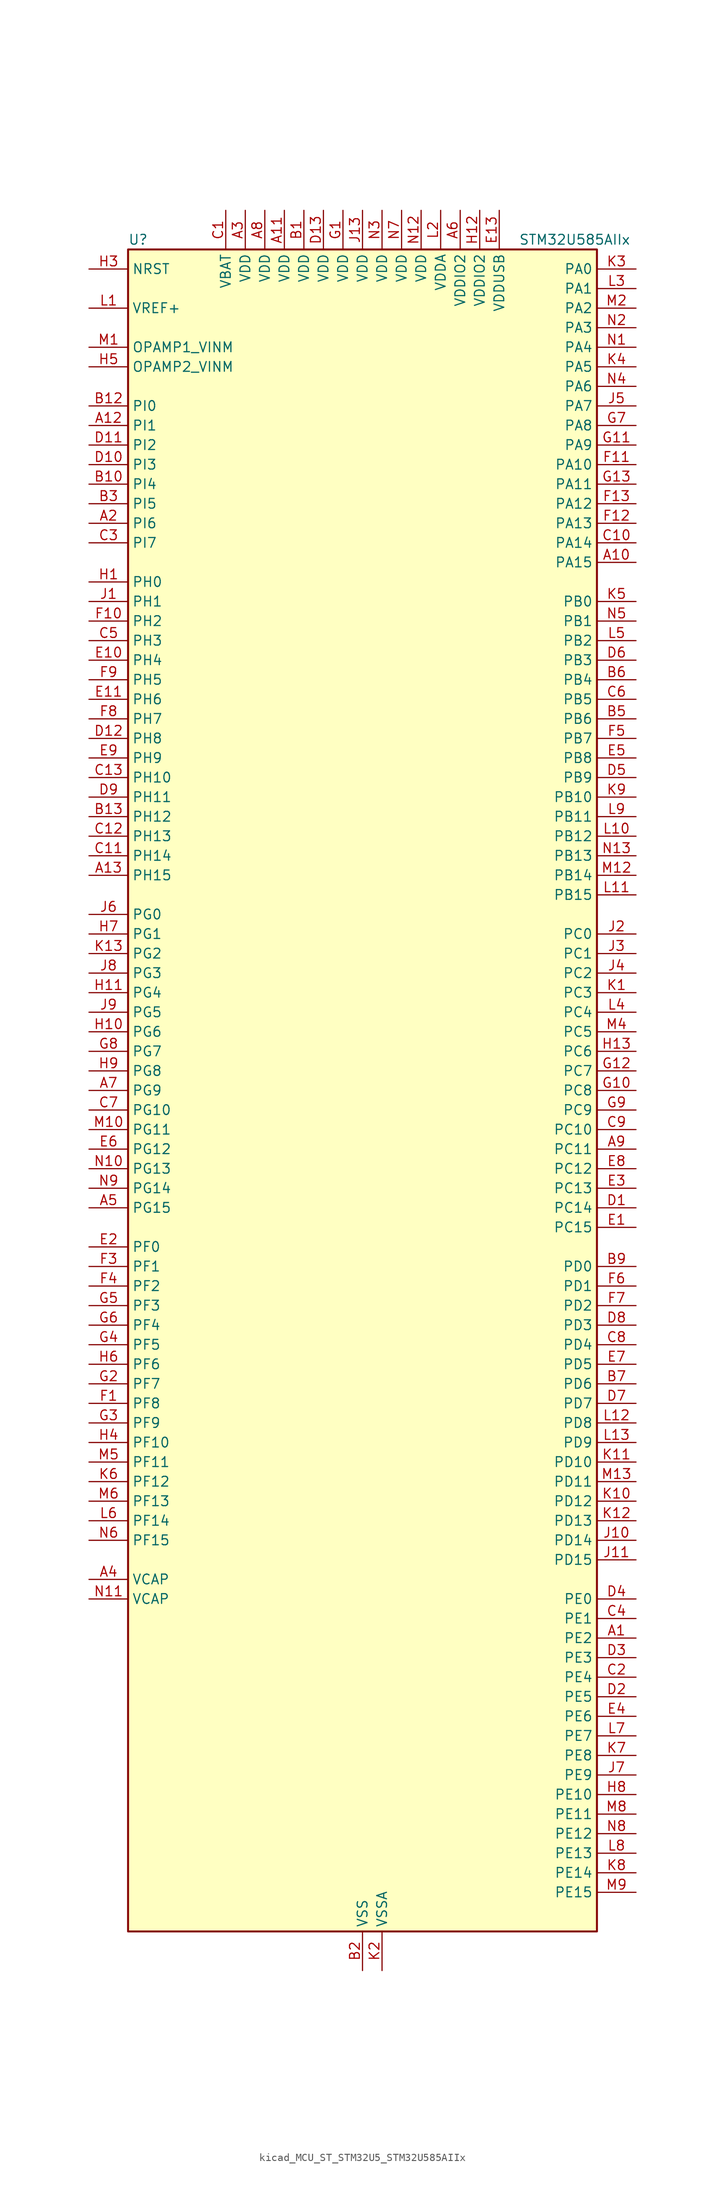
<source format=kicad_sym>
(kicad_symbol_lib
  (version 20220914)
  (generator kicad_symbol_editor)
  (symbol "kicad_MCU_ST_STM32U5_STM32U585AIIx"
    (property "Reference" "U"
      (at -30.48 110.49 0)
      (effects (font (size 1.27 1.27)) (justify left)))
    (property "Value" "STM32U585AIIx"
      (at 20.32 110.49 0)
      (effects (font (size 1.27 1.27)) (justify left)))
    (property "ki_locked" ""
      (at 0 0 0)
      (effects (font (size 1.27 1.27))))
    (symbol "kicad_MCU_ST_STM32U5_STM32U585AIIx_0_1"
      (rectangle (start -30.48 -109.22) (end 30.48 109.22) (stroke (width 0.254) (type default)) (fill (type background))))
    (symbol "kicad_MCU_ST_STM32U5_STM32U585AIIx_1_1"
      (pin bidirectional line (at 35.56 -71.12 180) (length 5.08) (name "PE2" (effects (font (size 1.27 1.27)))) (number "A1" (effects (font (size 1.27 1.27)))) (alternate "DEBUG_TRACECLK" bidirectional line) (alternate "FMC_A23" bidirectional line) (alternate "SAI1_CK1" bidirectional line) (alternate "SAI1_MCLK_A" bidirectional line) (alternate "TIM3_ETR" bidirectional line) (alternate "TSC_G7_IO1" bidirectional line))
      (pin bidirectional line (at 35.56 68.58 180) (length 5.08) (name "PA15" (effects (font (size 1.27 1.27)))) (number "A10" (effects (font (size 1.27 1.27)))) (alternate "ADC1_EXTI15" bidirectional line) (alternate "ADC4_EXTI15" bidirectional line) (alternate "DEBUG_JTDI" bidirectional line) (alternate "SAI2_FS_B" bidirectional line) (alternate "SPI1_NSS" bidirectional line) (alternate "SPI3_NSS" bidirectional line) (alternate "TIM2_CH1" bidirectional line) (alternate "TIM2_ETR" bidirectional line) (alternate "UART4_DE" bidirectional line) (alternate "UART4_RTS" bidirectional line) (alternate "UCPD1_CC1" bidirectional line) (alternate "USART2_RX" bidirectional line) (alternate "USART3_DE" bidirectional line) (alternate "USART3_RTS" bidirectional line))
      (pin power_in line (at -10.16 114.3 270) (length 5.08) (name "VDD" (effects (font (size 1.27 1.27)))) (number "A11" (effects (font (size 1.27 1.27)))))
      (pin bidirectional line (at -35.56 86.36 0) (length 5.08) (name "PI1" (effects (font (size 1.27 1.27)))) (number "A12" (effects (font (size 1.27 1.27)))) (alternate "DCMI_D8" bidirectional line) (alternate "OCTOSPIM_P2_IO2" bidirectional line) (alternate "PSSI_D8" bidirectional line) (alternate "SPI2_SCK" bidirectional line))
      (pin bidirectional line (at -35.56 27.94 0) (length 5.08) (name "PH15" (effects (font (size 1.27 1.27)))) (number "A13" (effects (font (size 1.27 1.27)))) (alternate "ADC1_EXTI15" bidirectional line) (alternate "ADC4_EXTI15" bidirectional line) (alternate "DCMI_D11" bidirectional line) (alternate "OCTOSPIM_P2_IO6" bidirectional line) (alternate "PSSI_D11" bidirectional line) (alternate "TIM8_CH3N" bidirectional line))
      (pin bidirectional line (at -35.56 73.66 0) (length 5.08) (name "PI6" (effects (font (size 1.27 1.27)))) (number "A2" (effects (font (size 1.27 1.27)))) (alternate "DCMI_D6" bidirectional line) (alternate "OCTOSPIM_P2_CLK" bidirectional line) (alternate "PSSI_D6" bidirectional line) (alternate "TIM8_CH2" bidirectional line))
      (pin power_in line (at -15.24 114.3 270) (length 5.08) (name "VDD" (effects (font (size 1.27 1.27)))) (number "A3" (effects (font (size 1.27 1.27)))))
      (pin power_out line (at -35.56 -63.5 0) (length 5.08) (name "VCAP" (effects (font (size 1.27 1.27)))) (number "A4" (effects (font (size 1.27 1.27)))))
      (pin bidirectional line (at -35.56 -15.24 0) (length 5.08) (name "PG15" (effects (font (size 1.27 1.27)))) (number "A5" (effects (font (size 1.27 1.27)))) (alternate "ADC1_EXTI15" bidirectional line) (alternate "ADC4_EXTI15" bidirectional line) (alternate "DCMI_D13" bidirectional line) (alternate "I2C1_SMBA" bidirectional line) (alternate "LPTIM1_CH1" bidirectional line) (alternate "OCTOSPIM_P2_DQS" bidirectional line) (alternate "PSSI_D13" bidirectional line))
      (pin power_in line (at 12.7 114.3 270) (length 5.08) (name "VDDIO2" (effects (font (size 1.27 1.27)))) (number "A6" (effects (font (size 1.27 1.27)))))
      (pin bidirectional line (at -35.56 0 0) (length 5.08) (name "PG9" (effects (font (size 1.27 1.27)))) (number "A7" (effects (font (size 1.27 1.27)))) (alternate "DAC1_EXTI9" bidirectional line) (alternate "FMC_NCE" bidirectional line) (alternate "FMC_NE2" bidirectional line) (alternate "OCTOSPIM_P2_IO6" bidirectional line) (alternate "SAI2_SCK_A" bidirectional line) (alternate "SPI3_SCK" bidirectional line) (alternate "TIM15_CH1N" bidirectional line) (alternate "USART1_TX" bidirectional line))
      (pin power_in line (at -12.7 114.3 270) (length 5.08) (name "VDD" (effects (font (size 1.27 1.27)))) (number "A8" (effects (font (size 1.27 1.27)))))
      (pin bidirectional line (at 35.56 -7.62 180) (length 5.08) (name "PC11" (effects (font (size 1.27 1.27)))) (number "A9" (effects (font (size 1.27 1.27)))) (alternate "ADC1_EXTI11" bidirectional line) (alternate "ADF1_SDI0" bidirectional line) (alternate "DCMI_D2" bidirectional line) (alternate "DCMI_D4" bidirectional line) (alternate "LPTIM3_IN1" bidirectional line) (alternate "OCTOSPIM_P1_NCS" bidirectional line) (alternate "PSSI_D2" bidirectional line) (alternate "PSSI_D4" bidirectional line) (alternate "SAI2_MCLK_B" bidirectional line) (alternate "SDMMC1_D3" bidirectional line) (alternate "SPI3_MISO" bidirectional line) (alternate "TSC_G3_IO3" bidirectional line) (alternate "UART4_RX" bidirectional line) (alternate "UCPD1_FRSTX2" bidirectional line) (alternate "USART3_RX" bidirectional line))
      (pin power_in line (at -7.62 114.3 270) (length 5.08) (name "VDD" (effects (font (size 1.27 1.27)))) (number "B1" (effects (font (size 1.27 1.27)))))
      (pin bidirectional line (at -35.56 78.74 0) (length 5.08) (name "PI4" (effects (font (size 1.27 1.27)))) (number "B10" (effects (font (size 1.27 1.27)))) (alternate "DCMI_D5" bidirectional line) (alternate "PSSI_D5" bidirectional line) (alternate "SPI2_RDY" bidirectional line) (alternate "TIM8_BKIN" bidirectional line))
      (pin passive line (at 0 -114.3 90) (length 5.08) hide (name "VSS" (effects (font (size 1.27 1.27)))) (number "B11" (effects (font (size 1.27 1.27)))))
      (pin bidirectional line (at -35.56 88.9 0) (length 5.08) (name "PI0" (effects (font (size 1.27 1.27)))) (number "B12" (effects (font (size 1.27 1.27)))) (alternate "DCMI_D13" bidirectional line) (alternate "OCTOSPIM_P1_IO5" bidirectional line) (alternate "PSSI_D13" bidirectional line) (alternate "SPI2_NSS" bidirectional line) (alternate "TIM5_CH4" bidirectional line))
      (pin bidirectional line (at -35.56 35.56 0) (length 5.08) (name "PH12" (effects (font (size 1.27 1.27)))) (number "B13" (effects (font (size 1.27 1.27)))) (alternate "DCMI_D3" bidirectional line) (alternate "OCTOSPIM_P2_IO7" bidirectional line) (alternate "PSSI_D3" bidirectional line) (alternate "TIM5_CH3" bidirectional line) (alternate "TIM8_CH4N" bidirectional line))
      (pin power_in line (at 0 -114.3 90) (length 5.08) (name "VSS" (effects (font (size 1.27 1.27)))) (number "B2" (effects (font (size 1.27 1.27)))))
      (pin bidirectional line (at -35.56 76.2 0) (length 5.08) (name "PI5" (effects (font (size 1.27 1.27)))) (number "B3" (effects (font (size 1.27 1.27)))) (alternate "DCMI_VSYNC" bidirectional line) (alternate "OCTOSPIM_P2_NCS" bidirectional line) (alternate "PSSI_RDY" bidirectional line) (alternate "TIM8_CH1" bidirectional line))
      (pin passive line (at 0 -114.3 90) (length 5.08) hide (name "VSS" (effects (font (size 1.27 1.27)))) (number "B4" (effects (font (size 1.27 1.27)))))
      (pin bidirectional line (at 35.56 48.26 180) (length 5.08) (name "PB6" (effects (font (size 1.27 1.27)))) (number "B5" (effects (font (size 1.27 1.27)))) (alternate "COMP2_INP" bidirectional line) (alternate "DCMI_D5" bidirectional line) (alternate "I2C1_SCL" bidirectional line) (alternate "I2C4_SCL" bidirectional line) (alternate "LPTIM1_ETR" bidirectional line) (alternate "MDF1_SDI5" bidirectional line) (alternate "PSSI_D5" bidirectional line) (alternate "PWR_WKUP3" bidirectional line) (alternate "SAI1_FS_B" bidirectional line) (alternate "TIM16_CH1N" bidirectional line) (alternate "TIM4_CH1" bidirectional line) (alternate "TIM8_BKIN2" bidirectional line) (alternate "TSC_G2_IO3" bidirectional line) (alternate "USART1_TX" bidirectional line))
      (pin bidirectional line (at 35.56 53.34 180) (length 5.08) (name "PB4" (effects (font (size 1.27 1.27)))) (number "B6" (effects (font (size 1.27 1.27)))) (alternate "ADF1_SDI0" bidirectional line) (alternate "COMP2_INP" bidirectional line) (alternate "DCMI_D12" bidirectional line) (alternate "DEBUG_JTRST" bidirectional line) (alternate "I2C3_SDA" bidirectional line) (alternate "LPTIM1_CH2" bidirectional line) (alternate "PSSI_D12" bidirectional line) (alternate "SAI1_MCLK_B" bidirectional line) (alternate "SDMMC2_D3" bidirectional line) (alternate "SPI1_MISO" bidirectional line) (alternate "SPI3_MISO" bidirectional line) (alternate "TIM17_BKIN" bidirectional line) (alternate "TIM3_CH1" bidirectional line) (alternate "TSC_G2_IO1" bidirectional line) (alternate "UART5_DE" bidirectional line) (alternate "UART5_RTS" bidirectional line) (alternate "USART1_CTS" bidirectional line))
      (pin bidirectional line (at 35.56 -38.1 180) (length 5.08) (name "PD6" (effects (font (size 1.27 1.27)))) (number "B7" (effects (font (size 1.27 1.27)))) (alternate "DCMI_D10" bidirectional line) (alternate "FMC_NWAIT" bidirectional line) (alternate "MDF1_SDI1" bidirectional line) (alternate "OCTOSPIM_P1_IO6" bidirectional line) (alternate "PSSI_D10" bidirectional line) (alternate "SAI1_D1" bidirectional line) (alternate "SAI1_SD_A" bidirectional line) (alternate "SDMMC2_CK" bidirectional line) (alternate "SPI3_MOSI" bidirectional line) (alternate "USART2_RX" bidirectional line))
      (pin passive line (at 0 -114.3 90) (length 5.08) hide (name "VSS" (effects (font (size 1.27 1.27)))) (number "B8" (effects (font (size 1.27 1.27)))))
      (pin bidirectional line (at 35.56 -22.86 180) (length 5.08) (name "PD0" (effects (font (size 1.27 1.27)))) (number "B9" (effects (font (size 1.27 1.27)))) (alternate "FDCAN1_RX" bidirectional line) (alternate "FMC_D2" bidirectional line) (alternate "FMC_DA2" bidirectional line) (alternate "SPI2_NSS" bidirectional line) (alternate "TIM8_CH4N" bidirectional line))
      (pin power_in line (at -17.78 114.3 270) (length 5.08) (name "VBAT" (effects (font (size 1.27 1.27)))) (number "C1" (effects (font (size 1.27 1.27)))))
      (pin bidirectional line (at 35.56 71.12 180) (length 5.08) (name "PA14" (effects (font (size 1.27 1.27)))) (number "C10" (effects (font (size 1.27 1.27)))) (alternate "DEBUG_JTCK-SWCLK" bidirectional line) (alternate "I2C1_SMBA" bidirectional line) (alternate "I2C4_SMBA" bidirectional line) (alternate "LPTIM1_CH1" bidirectional line) (alternate "SAI1_FS_B" bidirectional line) (alternate "USB_OTG_FS_SOF" bidirectional line))
      (pin bidirectional line (at -35.56 30.48 0) (length 5.08) (name "PH14" (effects (font (size 1.27 1.27)))) (number "C11" (effects (font (size 1.27 1.27)))) (alternate "DCMI_D4" bidirectional line) (alternate "FDCAN1_RX" bidirectional line) (alternate "PSSI_D4" bidirectional line) (alternate "TIM8_CH2N" bidirectional line))
      (pin bidirectional line (at -35.56 33.02 0) (length 5.08) (name "PH13" (effects (font (size 1.27 1.27)))) (number "C12" (effects (font (size 1.27 1.27)))) (alternate "FDCAN1_TX" bidirectional line) (alternate "TIM8_CH1N" bidirectional line))
      (pin bidirectional line (at -35.56 40.64 0) (length 5.08) (name "PH10" (effects (font (size 1.27 1.27)))) (number "C13" (effects (font (size 1.27 1.27)))) (alternate "DCMI_D1" bidirectional line) (alternate "OCTOSPIM_P2_IO5" bidirectional line) (alternate "PSSI_D1" bidirectional line) (alternate "TIM5_CH1" bidirectional line))
      (pin bidirectional line (at 35.56 -76.2 180) (length 5.08) (name "PE4" (effects (font (size 1.27 1.27)))) (number "C2" (effects (font (size 1.27 1.27)))) (alternate "DCMI_D4" bidirectional line) (alternate "DEBUG_TRACED1" bidirectional line) (alternate "FMC_A20" bidirectional line) (alternate "MDF1_SDI3" bidirectional line) (alternate "PSSI_D4" bidirectional line) (alternate "PWR_WKUP1" bidirectional line) (alternate "SAI1_D2" bidirectional line) (alternate "SAI1_FS_A" bidirectional line) (alternate "TAMP_IN7" bidirectional line) (alternate "TAMP_OUT8" bidirectional line) (alternate "TIM3_CH2" bidirectional line) (alternate "TSC_G7_IO3" bidirectional line))
      (pin bidirectional line (at -35.56 71.12 0) (length 5.08) (name "PI7" (effects (font (size 1.27 1.27)))) (number "C3" (effects (font (size 1.27 1.27)))) (alternate "DCMI_D7" bidirectional line) (alternate "OCTOSPIM_P2_NCLK" bidirectional line) (alternate "PSSI_D7" bidirectional line) (alternate "TIM8_CH3" bidirectional line))
      (pin bidirectional line (at 35.56 -68.58 180) (length 5.08) (name "PE1" (effects (font (size 1.27 1.27)))) (number "C4" (effects (font (size 1.27 1.27)))) (alternate "DCMI_D3" bidirectional line) (alternate "FMC_NBL1" bidirectional line) (alternate "PSSI_D3" bidirectional line) (alternate "TIM17_CH1" bidirectional line))
      (pin bidirectional line (at -35.56 58.42 0) (length 5.08) (name "PH3" (effects (font (size 1.27 1.27)))) (number "C5" (effects (font (size 1.27 1.27)))))
      (pin bidirectional line (at 35.56 50.8 180) (length 5.08) (name "PB5" (effects (font (size 1.27 1.27)))) (number "C6" (effects (font (size 1.27 1.27)))) (alternate "COMP2_OUT" bidirectional line) (alternate "DCMI_D10" bidirectional line) (alternate "I2C1_SMBA" bidirectional line) (alternate "LPTIM1_IN1" bidirectional line) (alternate "OCTOSPIM_P1_NCLK" bidirectional line) (alternate "PSSI_D10" bidirectional line) (alternate "PWR_WKUP6" bidirectional line) (alternate "SAI1_SD_B" bidirectional line) (alternate "SPI1_MOSI" bidirectional line) (alternate "SPI3_MOSI" bidirectional line) (alternate "TIM16_BKIN" bidirectional line) (alternate "TIM3_CH2" bidirectional line) (alternate "TSC_G2_IO2" bidirectional line) (alternate "UART5_CTS" bidirectional line) (alternate "UCPD1_DBCC1" bidirectional line) (alternate "USART1_CK" bidirectional line))
      (pin bidirectional line (at -35.56 -2.54 0) (length 5.08) (name "PG10" (effects (font (size 1.27 1.27)))) (number "C7" (effects (font (size 1.27 1.27)))) (alternate "FMC_NE3" bidirectional line) (alternate "LPTIM1_IN1" bidirectional line) (alternate "OCTOSPIM_P2_IO7" bidirectional line) (alternate "SAI2_FS_A" bidirectional line) (alternate "SPI3_MISO" bidirectional line) (alternate "TIM15_CH1" bidirectional line) (alternate "USART1_RX" bidirectional line))
      (pin bidirectional line (at 35.56 -33.02 180) (length 5.08) (name "PD4" (effects (font (size 1.27 1.27)))) (number "C8" (effects (font (size 1.27 1.27)))) (alternate "FMC_NOE" bidirectional line) (alternate "MDF1_CKI0" bidirectional line) (alternate "OCTOSPIM_P1_IO4" bidirectional line) (alternate "SPI2_MOSI" bidirectional line) (alternate "USART2_DE" bidirectional line) (alternate "USART2_RTS" bidirectional line))
      (pin bidirectional line (at 35.56 -5.08 180) (length 5.08) (name "PC10" (effects (font (size 1.27 1.27)))) (number "C9" (effects (font (size 1.27 1.27)))) (alternate "ADF1_CCK1" bidirectional line) (alternate "DCMI_D8" bidirectional line) (alternate "DEBUG_TRACED1" bidirectional line) (alternate "LPTIM3_ETR" bidirectional line) (alternate "PSSI_D8" bidirectional line) (alternate "SAI2_SCK_B" bidirectional line) (alternate "SDMMC1_D2" bidirectional line) (alternate "SPI3_SCK" bidirectional line) (alternate "TSC_G3_IO2" bidirectional line) (alternate "UART4_TX" bidirectional line) (alternate "USART3_TX" bidirectional line))
      (pin bidirectional line (at 35.56 -15.24 180) (length 5.08) (name "PC14" (effects (font (size 1.27 1.27)))) (number "D1" (effects (font (size 1.27 1.27)))) (alternate "RCC_OSC32_IN" bidirectional line))
      (pin bidirectional line (at -35.56 81.28 0) (length 5.08) (name "PI3" (effects (font (size 1.27 1.27)))) (number "D10" (effects (font (size 1.27 1.27)))) (alternate "DCMI_D10" bidirectional line) (alternate "OCTOSPIM_P2_IO0" bidirectional line) (alternate "PSSI_D10" bidirectional line) (alternate "SPI2_MOSI" bidirectional line) (alternate "TIM8_ETR" bidirectional line))
      (pin bidirectional line (at -35.56 83.82 0) (length 5.08) (name "PI2" (effects (font (size 1.27 1.27)))) (number "D11" (effects (font (size 1.27 1.27)))) (alternate "DCMI_D9" bidirectional line) (alternate "OCTOSPIM_P2_IO1" bidirectional line) (alternate "PSSI_D9" bidirectional line) (alternate "SPI2_MISO" bidirectional line) (alternate "TIM8_CH4" bidirectional line))
      (pin bidirectional line (at -35.56 45.72 0) (length 5.08) (name "PH8" (effects (font (size 1.27 1.27)))) (number "D12" (effects (font (size 1.27 1.27)))) (alternate "DCMI_HSYNC" bidirectional line) (alternate "I2C3_SDA" bidirectional line) (alternate "OCTOSPIM_P2_IO3" bidirectional line) (alternate "PSSI_DE" bidirectional line))
      (pin power_in line (at -5.08 114.3 270) (length 5.08) (name "VDD" (effects (font (size 1.27 1.27)))) (number "D13" (effects (font (size 1.27 1.27)))))
      (pin bidirectional line (at 35.56 -78.74 180) (length 5.08) (name "PE5" (effects (font (size 1.27 1.27)))) (number "D2" (effects (font (size 1.27 1.27)))) (alternate "DCMI_D6" bidirectional line) (alternate "DEBUG_TRACED2" bidirectional line) (alternate "FMC_A21" bidirectional line) (alternate "MDF1_CKI3" bidirectional line) (alternate "PSSI_D6" bidirectional line) (alternate "PWR_WKUP2" bidirectional line) (alternate "SAI1_CK2" bidirectional line) (alternate "SAI1_SCK_A" bidirectional line) (alternate "TAMP_IN8" bidirectional line) (alternate "TAMP_OUT7" bidirectional line) (alternate "TIM3_CH3" bidirectional line) (alternate "TSC_G7_IO4" bidirectional line))
      (pin bidirectional line (at 35.56 -73.66 180) (length 5.08) (name "PE3" (effects (font (size 1.27 1.27)))) (number "D3" (effects (font (size 1.27 1.27)))) (alternate "DEBUG_TRACED0" bidirectional line) (alternate "FMC_A19" bidirectional line) (alternate "OCTOSPIM_P1_DQS" bidirectional line) (alternate "SAI1_SD_B" bidirectional line) (alternate "TAMP_IN6" bidirectional line) (alternate "TAMP_OUT3" bidirectional line) (alternate "TIM3_CH1" bidirectional line) (alternate "TSC_G7_IO2" bidirectional line))
      (pin bidirectional line (at 35.56 -66.04 180) (length 5.08) (name "PE0" (effects (font (size 1.27 1.27)))) (number "D4" (effects (font (size 1.27 1.27)))) (alternate "DCMI_D2" bidirectional line) (alternate "FMC_NBL0" bidirectional line) (alternate "PSSI_D2" bidirectional line) (alternate "TIM16_CH1" bidirectional line) (alternate "TIM4_ETR" bidirectional line))
      (pin bidirectional line (at 35.56 40.64 180) (length 5.08) (name "PB9" (effects (font (size 1.27 1.27)))) (number "D5" (effects (font (size 1.27 1.27)))) (alternate "DAC1_EXTI9" bidirectional line) (alternate "DCMI_D7" bidirectional line) (alternate "FDCAN1_TX" bidirectional line) (alternate "I2C1_SDA" bidirectional line) (alternate "IR_OUT" bidirectional line) (alternate "PSSI_D7" bidirectional line) (alternate "SAI1_D2" bidirectional line) (alternate "SAI1_FS_A" bidirectional line) (alternate "SDMMC1_CDIR" bidirectional line) (alternate "SDMMC1_D5" bidirectional line) (alternate "SDMMC2_D5" bidirectional line) (alternate "SPI2_NSS" bidirectional line) (alternate "TIM17_CH1" bidirectional line) (alternate "TIM4_CH4" bidirectional line))
      (pin bidirectional line (at 35.56 55.88 180) (length 5.08) (name "PB3" (effects (font (size 1.27 1.27)))) (number "D6" (effects (font (size 1.27 1.27)))) (alternate "ADF1_CCK0" bidirectional line) (alternate "COMP2_INM" bidirectional line) (alternate "CRS_SYNC" bidirectional line) (alternate "DEBUG_JTDO-SWO" bidirectional line) (alternate "I2C1_SDA" bidirectional line) (alternate "LPTIM1_CH1" bidirectional line) (alternate "SAI1_SCK_B" bidirectional line) (alternate "SDMMC2_D2" bidirectional line) (alternate "SPI1_SCK" bidirectional line) (alternate "SPI3_SCK" bidirectional line) (alternate "TIM2_CH2" bidirectional line) (alternate "USART1_DE" bidirectional line) (alternate "USART1_RTS" bidirectional line))
      (pin bidirectional line (at 35.56 -40.64 180) (length 5.08) (name "PD7" (effects (font (size 1.27 1.27)))) (number "D7" (effects (font (size 1.27 1.27)))) (alternate "FMC_NCE" bidirectional line) (alternate "FMC_NE1" bidirectional line) (alternate "LPTIM4_OUT" bidirectional line) (alternate "MDF1_CKI1" bidirectional line) (alternate "OCTOSPIM_P1_IO7" bidirectional line) (alternate "SDMMC2_CMD" bidirectional line) (alternate "USART2_CK" bidirectional line))
      (pin bidirectional line (at 35.56 -30.48 180) (length 5.08) (name "PD3" (effects (font (size 1.27 1.27)))) (number "D8" (effects (font (size 1.27 1.27)))) (alternate "DCMI_D5" bidirectional line) (alternate "FMC_CLK" bidirectional line) (alternate "MDF1_SDI0" bidirectional line) (alternate "OCTOSPIM_P2_NCS" bidirectional line) (alternate "PSSI_D5" bidirectional line) (alternate "SPI2_MISO" bidirectional line) (alternate "SPI2_SCK" bidirectional line) (alternate "USART2_CTS" bidirectional line))
      (pin bidirectional line (at -35.56 38.1 0) (length 5.08) (name "PH11" (effects (font (size 1.27 1.27)))) (number "D9" (effects (font (size 1.27 1.27)))) (alternate "ADC1_EXTI11" bidirectional line) (alternate "DCMI_D2" bidirectional line) (alternate "OCTOSPIM_P2_IO6" bidirectional line) (alternate "PSSI_D2" bidirectional line) (alternate "TIM5_CH2" bidirectional line))
      (pin bidirectional line (at 35.56 -17.78 180) (length 5.08) (name "PC15" (effects (font (size 1.27 1.27)))) (number "E1" (effects (font (size 1.27 1.27)))) (alternate "ADC1_EXTI15" bidirectional line) (alternate "ADC4_EXTI15" bidirectional line) (alternate "RCC_OSC32_OUT" bidirectional line))
      (pin bidirectional line (at -35.56 55.88 0) (length 5.08) (name "PH4" (effects (font (size 1.27 1.27)))) (number "E10" (effects (font (size 1.27 1.27)))) (alternate "I2C2_SCL" bidirectional line) (alternate "OCTOSPIM_P2_DQS" bidirectional line) (alternate "PSSI_D14" bidirectional line))
      (pin bidirectional line (at -35.56 50.8 0) (length 5.08) (name "PH6" (effects (font (size 1.27 1.27)))) (number "E11" (effects (font (size 1.27 1.27)))) (alternate "DCMI_D8" bidirectional line) (alternate "I2C2_SMBA" bidirectional line) (alternate "OCTOSPIM_P2_CLK" bidirectional line) (alternate "PSSI_D8" bidirectional line))
      (pin passive line (at 0 -114.3 90) (length 5.08) hide (name "VSS" (effects (font (size 1.27 1.27)))) (number "E12" (effects (font (size 1.27 1.27)))))
      (pin power_in line (at 17.78 114.3 270) (length 5.08) (name "VDDUSB" (effects (font (size 1.27 1.27)))) (number "E13" (effects (font (size 1.27 1.27)))))
      (pin bidirectional line (at -35.56 -20.32 0) (length 5.08) (name "PF0" (effects (font (size 1.27 1.27)))) (number "E2" (effects (font (size 1.27 1.27)))) (alternate "FMC_A0" bidirectional line) (alternate "I2C2_SDA" bidirectional line) (alternate "OCTOSPIM_P2_IO0" bidirectional line))
      (pin bidirectional line (at 35.56 -12.7 180) (length 5.08) (name "PC13" (effects (font (size 1.27 1.27)))) (number "E3" (effects (font (size 1.27 1.27)))) (alternate "PWR_WKUP2" bidirectional line) (alternate "RTC_OUT1" bidirectional line) (alternate "RTC_TS" bidirectional line) (alternate "TAMP_IN1" bidirectional line) (alternate "TAMP_OUT2" bidirectional line))
      (pin bidirectional line (at 35.56 -81.28 180) (length 5.08) (name "PE6" (effects (font (size 1.27 1.27)))) (number "E4" (effects (font (size 1.27 1.27)))) (alternate "DCMI_D7" bidirectional line) (alternate "DEBUG_TRACED3" bidirectional line) (alternate "FMC_A22" bidirectional line) (alternate "PSSI_D7" bidirectional line) (alternate "PWR_WKUP3" bidirectional line) (alternate "SAI1_D1" bidirectional line) (alternate "SAI1_SD_A" bidirectional line) (alternate "TAMP_IN3" bidirectional line) (alternate "TAMP_OUT6" bidirectional line) (alternate "TIM3_CH4" bidirectional line))
      (pin bidirectional line (at 35.56 43.18 180) (length 5.08) (name "PB8" (effects (font (size 1.27 1.27)))) (number "E5" (effects (font (size 1.27 1.27)))) (alternate "DCMI_D6" bidirectional line) (alternate "FDCAN1_RX" bidirectional line) (alternate "I2C1_SCL" bidirectional line) (alternate "MDF1_CCK0" bidirectional line) (alternate "PSSI_D6" bidirectional line) (alternate "PWR_WKUP5" bidirectional line) (alternate "SAI1_CK1" bidirectional line) (alternate "SAI1_MCLK_A" bidirectional line) (alternate "SDMMC1_CKIN" bidirectional line) (alternate "SDMMC1_D4" bidirectional line) (alternate "SDMMC2_D4" bidirectional line) (alternate "SPI3_RDY" bidirectional line) (alternate "TIM16_CH1" bidirectional line) (alternate "TIM4_CH3" bidirectional line))
      (pin bidirectional line (at -35.56 -7.62 0) (length 5.08) (name "PG12" (effects (font (size 1.27 1.27)))) (number "E6" (effects (font (size 1.27 1.27)))) (alternate "FMC_NE4" bidirectional line) (alternate "LPTIM1_ETR" bidirectional line) (alternate "OCTOSPIM_P2_NCS" bidirectional line) (alternate "SAI2_SD_A" bidirectional line) (alternate "SPI3_NSS" bidirectional line) (alternate "USART1_DE" bidirectional line) (alternate "USART1_RTS" bidirectional line))
      (pin bidirectional line (at 35.56 -35.56 180) (length 5.08) (name "PD5" (effects (font (size 1.27 1.27)))) (number "E7" (effects (font (size 1.27 1.27)))) (alternate "FMC_NWE" bidirectional line) (alternate "OCTOSPIM_P1_IO5" bidirectional line) (alternate "SPI2_RDY" bidirectional line) (alternate "USART2_TX" bidirectional line))
      (pin bidirectional line (at 35.56 -10.16 180) (length 5.08) (name "PC12" (effects (font (size 1.27 1.27)))) (number "E8" (effects (font (size 1.27 1.27)))) (alternate "DCMI_D9" bidirectional line) (alternate "DEBUG_TRACED3" bidirectional line) (alternate "PSSI_D9" bidirectional line) (alternate "SAI2_SD_B" bidirectional line) (alternate "SDMMC1_CK" bidirectional line) (alternate "SPI3_MOSI" bidirectional line) (alternate "TSC_G3_IO4" bidirectional line) (alternate "UART5_TX" bidirectional line) (alternate "USART3_CK" bidirectional line))
      (pin bidirectional line (at -35.56 43.18 0) (length 5.08) (name "PH9" (effects (font (size 1.27 1.27)))) (number "E9" (effects (font (size 1.27 1.27)))) (alternate "DAC1_EXTI9" bidirectional line) (alternate "DCMI_D0" bidirectional line) (alternate "I2C3_SMBA" bidirectional line) (alternate "OCTOSPIM_P2_IO4" bidirectional line) (alternate "PSSI_D0" bidirectional line))
      (pin bidirectional line (at -35.56 -40.64 0) (length 5.08) (name "PF8" (effects (font (size 1.27 1.27)))) (number "F1" (effects (font (size 1.27 1.27)))) (alternate "FDCAN1_TX" bidirectional line) (alternate "OCTOSPIM_P1_IO0" bidirectional line) (alternate "PSSI_D14" bidirectional line) (alternate "SAI1_SCK_B" bidirectional line) (alternate "TIM5_CH3" bidirectional line))
      (pin bidirectional line (at -35.56 60.96 0) (length 5.08) (name "PH2" (effects (font (size 1.27 1.27)))) (number "F10" (effects (font (size 1.27 1.27)))) (alternate "OCTOSPIM_P1_IO4" bidirectional line))
      (pin bidirectional line (at 35.56 81.28 180) (length 5.08) (name "PA10" (effects (font (size 1.27 1.27)))) (number "F11" (effects (font (size 1.27 1.27)))) (alternate "CRS_SYNC" bidirectional line) (alternate "DCMI_D1" bidirectional line) (alternate "LPTIM2_IN2" bidirectional line) (alternate "PSSI_D1" bidirectional line) (alternate "SAI1_D1" bidirectional line) (alternate "SAI1_SD_A" bidirectional line) (alternate "TIM17_BKIN" bidirectional line) (alternate "TIM1_CH3" bidirectional line) (alternate "USART1_RX" bidirectional line) (alternate "USB_OTG_FS_ID" bidirectional line))
      (pin bidirectional line (at 35.56 73.66 180) (length 5.08) (name "PA13" (effects (font (size 1.27 1.27)))) (number "F12" (effects (font (size 1.27 1.27)))) (alternate "DEBUG_JTMS-SWDIO" bidirectional line) (alternate "IR_OUT" bidirectional line) (alternate "SAI1_SD_B" bidirectional line) (alternate "USB_OTG_FS_NOE" bidirectional line))
      (pin bidirectional line (at 35.56 76.2 180) (length 5.08) (name "PA12" (effects (font (size 1.27 1.27)))) (number "F13" (effects (font (size 1.27 1.27)))) (alternate "FDCAN1_TX" bidirectional line) (alternate "OCTOSPIM_P2_NCS" bidirectional line) (alternate "SPI1_MOSI" bidirectional line) (alternate "TIM1_ETR" bidirectional line) (alternate "USART1_DE" bidirectional line) (alternate "USART1_RTS" bidirectional line) (alternate "USB_OTG_FS_DP" bidirectional line))
      (pin passive line (at 0 -114.3 90) (length 5.08) hide (name "VSS" (effects (font (size 1.27 1.27)))) (number "F2" (effects (font (size 1.27 1.27)))))
      (pin bidirectional line (at -35.56 -22.86 0) (length 5.08) (name "PF1" (effects (font (size 1.27 1.27)))) (number "F3" (effects (font (size 1.27 1.27)))) (alternate "FMC_A1" bidirectional line) (alternate "I2C2_SCL" bidirectional line) (alternate "OCTOSPIM_P2_IO1" bidirectional line))
      (pin bidirectional line (at -35.56 -25.4 0) (length 5.08) (name "PF2" (effects (font (size 1.27 1.27)))) (number "F4" (effects (font (size 1.27 1.27)))) (alternate "FMC_A2" bidirectional line) (alternate "I2C2_SMBA" bidirectional line) (alternate "LPTIM3_CH2" bidirectional line) (alternate "OCTOSPIM_P2_IO2" bidirectional line) (alternate "PWR_WKUP8" bidirectional line))
      (pin bidirectional line (at 35.56 45.72 180) (length 5.08) (name "PB7" (effects (font (size 1.27 1.27)))) (number "F5" (effects (font (size 1.27 1.27)))) (alternate "COMP2_INM" bidirectional line) (alternate "DCMI_VSYNC" bidirectional line) (alternate "FMC_NL" bidirectional line) (alternate "I2C1_SDA" bidirectional line) (alternate "I2C4_SDA" bidirectional line) (alternate "LPTIM1_IN2" bidirectional line) (alternate "MDF1_CKI5" bidirectional line) (alternate "PSSI_RDY" bidirectional line) (alternate "PWR_PVD_IN" bidirectional line) (alternate "PWR_WKUP4" bidirectional line) (alternate "TIM17_CH1N" bidirectional line) (alternate "TIM4_CH2" bidirectional line) (alternate "TIM8_BKIN" bidirectional line) (alternate "TSC_G2_IO4" bidirectional line) (alternate "UART4_CTS" bidirectional line) (alternate "USART1_RX" bidirectional line))
      (pin bidirectional line (at 35.56 -25.4 180) (length 5.08) (name "PD1" (effects (font (size 1.27 1.27)))) (number "F6" (effects (font (size 1.27 1.27)))) (alternate "FDCAN1_TX" bidirectional line) (alternate "FMC_D3" bidirectional line) (alternate "FMC_DA3" bidirectional line) (alternate "SPI2_SCK" bidirectional line))
      (pin bidirectional line (at 35.56 -27.94 180) (length 5.08) (name "PD2" (effects (font (size 1.27 1.27)))) (number "F7" (effects (font (size 1.27 1.27)))) (alternate "DCMI_D11" bidirectional line) (alternate "DEBUG_TRACED2" bidirectional line) (alternate "LPTIM4_ETR" bidirectional line) (alternate "PSSI_D11" bidirectional line) (alternate "SDMMC1_CMD" bidirectional line) (alternate "TIM3_ETR" bidirectional line) (alternate "TSC_SYNC" bidirectional line) (alternate "UART5_RX" bidirectional line) (alternate "USART3_DE" bidirectional line) (alternate "USART3_RTS" bidirectional line))
      (pin bidirectional line (at -35.56 48.26 0) (length 5.08) (name "PH7" (effects (font (size 1.27 1.27)))) (number "F8" (effects (font (size 1.27 1.27)))) (alternate "DCMI_D9" bidirectional line) (alternate "I2C3_SCL" bidirectional line) (alternate "OCTOSPIM_P2_NCLK" bidirectional line) (alternate "PSSI_D9" bidirectional line))
      (pin bidirectional line (at -35.56 53.34 0) (length 5.08) (name "PH5" (effects (font (size 1.27 1.27)))) (number "F9" (effects (font (size 1.27 1.27)))) (alternate "DCMI_PIXCLK" bidirectional line) (alternate "I2C2_SDA" bidirectional line) (alternate "PSSI_PDCK" bidirectional line))
      (pin power_in line (at -2.54 114.3 270) (length 5.08) (name "VDD" (effects (font (size 1.27 1.27)))) (number "G1" (effects (font (size 1.27 1.27)))))
      (pin bidirectional line (at 35.56 0 180) (length 5.08) (name "PC8" (effects (font (size 1.27 1.27)))) (number "G10" (effects (font (size 1.27 1.27)))) (alternate "DCMI_D2" bidirectional line) (alternate "LPTIM3_CH1" bidirectional line) (alternate "PSSI_D2" bidirectional line) (alternate "PWR_SRDSTOP" bidirectional line) (alternate "SDMMC1_D0" bidirectional line) (alternate "TIM3_CH3" bidirectional line) (alternate "TIM8_CH3" bidirectional line) (alternate "TSC_G4_IO3" bidirectional line))
      (pin bidirectional line (at 35.56 83.82 180) (length 5.08) (name "PA9" (effects (font (size 1.27 1.27)))) (number "G11" (effects (font (size 1.27 1.27)))) (alternate "DAC1_EXTI9" bidirectional line) (alternate "DCMI_D0" bidirectional line) (alternate "PSSI_D0" bidirectional line) (alternate "SAI1_FS_A" bidirectional line) (alternate "SPI2_SCK" bidirectional line) (alternate "TIM15_BKIN" bidirectional line) (alternate "TIM1_CH2" bidirectional line) (alternate "USART1_TX" bidirectional line) (alternate "USB_OTG_FS_VBUS" bidirectional line))
      (pin bidirectional line (at 35.56 2.54 180) (length 5.08) (name "PC7" (effects (font (size 1.27 1.27)))) (number "G12" (effects (font (size 1.27 1.27)))) (alternate "DCMI_D1" bidirectional line) (alternate "LPTIM2_CH2" bidirectional line) (alternate "MDF1_SDI3" bidirectional line) (alternate "PSSI_D1" bidirectional line) (alternate "PWR_CDSTOP" bidirectional line) (alternate "SAI2_MCLK_B" bidirectional line) (alternate "SDMMC1_D123DIR" bidirectional line) (alternate "SDMMC1_D7" bidirectional line) (alternate "SDMMC2_D7" bidirectional line) (alternate "TIM3_CH2" bidirectional line) (alternate "TIM8_CH2" bidirectional line) (alternate "TSC_G4_IO2" bidirectional line))
      (pin bidirectional line (at 35.56 78.74 180) (length 5.08) (name "PA11" (effects (font (size 1.27 1.27)))) (number "G13" (effects (font (size 1.27 1.27)))) (alternate "ADC1_EXTI11" bidirectional line) (alternate "FDCAN1_RX" bidirectional line) (alternate "SPI1_MISO" bidirectional line) (alternate "TIM1_BKIN2" bidirectional line) (alternate "TIM1_CH4" bidirectional line) (alternate "USART1_CTS" bidirectional line) (alternate "USB_OTG_FS_DM" bidirectional line))
      (pin bidirectional line (at -35.56 -38.1 0) (length 5.08) (name "PF7" (effects (font (size 1.27 1.27)))) (number "G2" (effects (font (size 1.27 1.27)))) (alternate "FDCAN1_RX" bidirectional line) (alternate "OCTOSPIM_P1_IO2" bidirectional line) (alternate "SAI1_MCLK_B" bidirectional line) (alternate "TIM5_CH2" bidirectional line))
      (pin bidirectional line (at -35.56 -43.18 0) (length 5.08) (name "PF9" (effects (font (size 1.27 1.27)))) (number "G3" (effects (font (size 1.27 1.27)))) (alternate "DAC1_EXTI9" bidirectional line) (alternate "OCTOSPIM_P1_IO1" bidirectional line) (alternate "PSSI_D15" bidirectional line) (alternate "SAI1_FS_B" bidirectional line) (alternate "TIM15_CH1" bidirectional line) (alternate "TIM5_CH4" bidirectional line))
      (pin bidirectional line (at -35.56 -33.02 0) (length 5.08) (name "PF5" (effects (font (size 1.27 1.27)))) (number "G4" (effects (font (size 1.27 1.27)))) (alternate "FMC_A5" bidirectional line) (alternate "LPTIM3_CH1" bidirectional line) (alternate "OCTOSPIM_P2_NCLK" bidirectional line))
      (pin bidirectional line (at -35.56 -27.94 0) (length 5.08) (name "PF3" (effects (font (size 1.27 1.27)))) (number "G5" (effects (font (size 1.27 1.27)))) (alternate "FMC_A3" bidirectional line) (alternate "LPTIM3_IN1" bidirectional line) (alternate "OCTOSPIM_P2_IO3" bidirectional line))
      (pin bidirectional line (at -35.56 -30.48 0) (length 5.08) (name "PF4" (effects (font (size 1.27 1.27)))) (number "G6" (effects (font (size 1.27 1.27)))) (alternate "FMC_A4" bidirectional line) (alternate "LPTIM3_ETR" bidirectional line) (alternate "OCTOSPIM_P2_CLK" bidirectional line))
      (pin bidirectional line (at 35.56 86.36 180) (length 5.08) (name "PA8" (effects (font (size 1.27 1.27)))) (number "G7" (effects (font (size 1.27 1.27)))) (alternate "DEBUG_TRACECLK" bidirectional line) (alternate "LPTIM2_CH1" bidirectional line) (alternate "RCC_MCO" bidirectional line) (alternate "SAI1_CK2" bidirectional line) (alternate "SAI1_SCK_A" bidirectional line) (alternate "SPI1_RDY" bidirectional line) (alternate "TIM1_CH1" bidirectional line) (alternate "USART1_CK" bidirectional line) (alternate "USB_OTG_FS_SOF" bidirectional line))
      (pin bidirectional line (at -35.56 5.08 0) (length 5.08) (name "PG7" (effects (font (size 1.27 1.27)))) (number "G8" (effects (font (size 1.27 1.27)))) (alternate "FMC_INT" bidirectional line) (alternate "I2C3_SCL" bidirectional line) (alternate "LPUART1_TX" bidirectional line) (alternate "MDF1_CCK0" bidirectional line) (alternate "OCTOSPIM_P2_DQS" bidirectional line) (alternate "SAI1_CK1" bidirectional line) (alternate "SAI1_MCLK_A" bidirectional line) (alternate "UCPD1_FRSTX2" bidirectional line))
      (pin bidirectional line (at 35.56 -2.54 180) (length 5.08) (name "PC9" (effects (font (size 1.27 1.27)))) (number "G9" (effects (font (size 1.27 1.27)))) (alternate "DAC1_EXTI9" bidirectional line) (alternate "DCMI_D3" bidirectional line) (alternate "DEBUG_TRACED0" bidirectional line) (alternate "LPTIM3_CH2" bidirectional line) (alternate "PSSI_D3" bidirectional line) (alternate "SDMMC1_D1" bidirectional line) (alternate "TIM3_CH4" bidirectional line) (alternate "TIM8_BKIN2" bidirectional line) (alternate "TIM8_CH4" bidirectional line) (alternate "TSC_G4_IO4" bidirectional line) (alternate "USB_OTG_FS_NOE" bidirectional line))
      (pin bidirectional line (at -35.56 66.04 0) (length 5.08) (name "PH0" (effects (font (size 1.27 1.27)))) (number "H1" (effects (font (size 1.27 1.27)))) (alternate "RCC_OSC_IN" bidirectional line))
      (pin bidirectional line (at -35.56 7.62 0) (length 5.08) (name "PG6" (effects (font (size 1.27 1.27)))) (number "H10" (effects (font (size 1.27 1.27)))) (alternate "I2C3_SMBA" bidirectional line) (alternate "LPUART1_DE" bidirectional line) (alternate "LPUART1_RTS" bidirectional line) (alternate "OCTOSPIM_P1_DQS" bidirectional line) (alternate "SPI1_RDY" bidirectional line) (alternate "UCPD1_FRSTX1" bidirectional line))
      (pin bidirectional line (at -35.56 12.7 0) (length 5.08) (name "PG4" (effects (font (size 1.27 1.27)))) (number "H11" (effects (font (size 1.27 1.27)))) (alternate "FMC_A14" bidirectional line) (alternate "SAI2_MCLK_B" bidirectional line) (alternate "SPI1_MOSI" bidirectional line))
      (pin power_in line (at 15.24 114.3 270) (length 5.08) (name "VDDIO2" (effects (font (size 1.27 1.27)))) (number "H12" (effects (font (size 1.27 1.27)))))
      (pin bidirectional line (at 35.56 5.08 180) (length 5.08) (name "PC6" (effects (font (size 1.27 1.27)))) (number "H13" (effects (font (size 1.27 1.27)))) (alternate "DCMI_D0" bidirectional line) (alternate "MDF1_CKI3" bidirectional line) (alternate "PSSI_D0" bidirectional line) (alternate "PWR_CSLEEP" bidirectional line) (alternate "SAI2_MCLK_A" bidirectional line) (alternate "SDMMC1_D0DIR" bidirectional line) (alternate "SDMMC1_D6" bidirectional line) (alternate "SDMMC2_D6" bidirectional line) (alternate "TIM3_CH1" bidirectional line) (alternate "TIM8_CH1" bidirectional line) (alternate "TSC_G4_IO1" bidirectional line))
      (pin passive line (at 0 -114.3 90) (length 5.08) hide (name "VSS" (effects (font (size 1.27 1.27)))) (number "H2" (effects (font (size 1.27 1.27)))))
      (pin input line (at -35.56 106.68 0) (length 5.08) (name "NRST" (effects (font (size 1.27 1.27)))) (number "H3" (effects (font (size 1.27 1.27)))))
      (pin bidirectional line (at -35.56 -45.72 0) (length 5.08) (name "PF10" (effects (font (size 1.27 1.27)))) (number "H4" (effects (font (size 1.27 1.27)))) (alternate "DCMI_D11" bidirectional line) (alternate "MDF1_CCK1" bidirectional line) (alternate "OCTOSPIM_P1_CLK" bidirectional line) (alternate "PSSI_D11" bidirectional line) (alternate "PSSI_D15" bidirectional line) (alternate "SAI1_D3" bidirectional line) (alternate "TIM15_CH2" bidirectional line))
      (pin bidirectional line (at -35.56 93.98 0) (length 5.08) (name "OPAMP2_VINM" (effects (font (size 1.27 1.27)))) (number "H5" (effects (font (size 1.27 1.27)))) (alternate "OPAMP2_VINM" bidirectional line))
      (pin bidirectional line (at -35.56 -35.56 0) (length 5.08) (name "PF6" (effects (font (size 1.27 1.27)))) (number "H6" (effects (font (size 1.27 1.27)))) (alternate "DCMI_D12" bidirectional line) (alternate "OCTOSPIM_P1_IO3" bidirectional line) (alternate "OCTOSPIM_P2_NCS" bidirectional line) (alternate "PSSI_D12" bidirectional line) (alternate "SAI1_SD_B" bidirectional line) (alternate "TIM5_CH1" bidirectional line) (alternate "TIM5_ETR" bidirectional line))
      (pin bidirectional line (at -35.56 20.32 0) (length 5.08) (name "PG1" (effects (font (size 1.27 1.27)))) (number "H7" (effects (font (size 1.27 1.27)))) (alternate "ADC4_IN8" bidirectional line) (alternate "FMC_A11" bidirectional line) (alternate "OCTOSPIM_P2_IO5" bidirectional line) (alternate "TSC_G8_IO4" bidirectional line))
      (pin bidirectional line (at 35.56 -91.44 180) (length 5.08) (name "PE10" (effects (font (size 1.27 1.27)))) (number "H8" (effects (font (size 1.27 1.27)))) (alternate "ADF1_SDI0" bidirectional line) (alternate "FMC_D7" bidirectional line) (alternate "FMC_DA7" bidirectional line) (alternate "MDF1_SDI4" bidirectional line) (alternate "OCTOSPIM_P1_CLK" bidirectional line) (alternate "SAI1_MCLK_B" bidirectional line) (alternate "TIM1_CH2N" bidirectional line) (alternate "TSC_G5_IO1" bidirectional line))
      (pin bidirectional line (at -35.56 2.54 0) (length 5.08) (name "PG8" (effects (font (size 1.27 1.27)))) (number "H9" (effects (font (size 1.27 1.27)))) (alternate "I2C3_SDA" bidirectional line) (alternate "LPUART1_RX" bidirectional line))
      (pin bidirectional line (at -35.56 63.5 0) (length 5.08) (name "PH1" (effects (font (size 1.27 1.27)))) (number "J1" (effects (font (size 1.27 1.27)))) (alternate "RCC_OSC_OUT" bidirectional line))
      (pin bidirectional line (at 35.56 -58.42 180) (length 5.08) (name "PD14" (effects (font (size 1.27 1.27)))) (number "J10" (effects (font (size 1.27 1.27)))) (alternate "FMC_D0" bidirectional line) (alternate "FMC_DA0" bidirectional line) (alternate "LPTIM3_CH1" bidirectional line) (alternate "TIM4_CH3" bidirectional line))
      (pin bidirectional line (at 35.56 -60.96 180) (length 5.08) (name "PD15" (effects (font (size 1.27 1.27)))) (number "J11" (effects (font (size 1.27 1.27)))) (alternate "ADC1_EXTI15" bidirectional line) (alternate "ADC4_EXTI15" bidirectional line) (alternate "FMC_D1" bidirectional line) (alternate "FMC_DA1" bidirectional line) (alternate "LPTIM3_CH2" bidirectional line) (alternate "TIM4_CH4" bidirectional line))
      (pin passive line (at 0 -114.3 90) (length 5.08) hide (name "VSS" (effects (font (size 1.27 1.27)))) (number "J12" (effects (font (size 1.27 1.27)))))
      (pin power_in line (at 0 114.3 270) (length 5.08) (name "VDD" (effects (font (size 1.27 1.27)))) (number "J13" (effects (font (size 1.27 1.27)))))
      (pin bidirectional line (at 35.56 20.32 180) (length 5.08) (name "PC0" (effects (font (size 1.27 1.27)))) (number "J2" (effects (font (size 1.27 1.27)))) (alternate "ADC1_IN1" bidirectional line) (alternate "ADC4_IN1" bidirectional line) (alternate "I2C3_SCL" bidirectional line) (alternate "LPTIM1_IN1" bidirectional line) (alternate "LPTIM2_IN1" bidirectional line) (alternate "LPUART1_RX" bidirectional line) (alternate "MDF1_SDI4" bidirectional line) (alternate "OCTOSPIM_P1_IO7" bidirectional line) (alternate "SAI2_FS_A" bidirectional line) (alternate "SDMMC1_D5" bidirectional line) (alternate "SPI2_RDY" bidirectional line))
      (pin bidirectional line (at 35.56 17.78 180) (length 5.08) (name "PC1" (effects (font (size 1.27 1.27)))) (number "J3" (effects (font (size 1.27 1.27)))) (alternate "ADC1_IN2" bidirectional line) (alternate "ADC4_IN2" bidirectional line) (alternate "DEBUG_TRACED0" bidirectional line) (alternate "I2C3_SDA" bidirectional line) (alternate "LPTIM1_CH1" bidirectional line) (alternate "LPUART1_TX" bidirectional line) (alternate "MDF1_CKI4" bidirectional line) (alternate "OCTOSPIM_P1_IO4" bidirectional line) (alternate "SAI1_SD_A" bidirectional line) (alternate "SDMMC2_CK" bidirectional line) (alternate "SPI2_MOSI" bidirectional line))
      (pin bidirectional line (at 35.56 15.24 180) (length 5.08) (name "PC2" (effects (font (size 1.27 1.27)))) (number "J4" (effects (font (size 1.27 1.27)))) (alternate "ADC1_IN3" bidirectional line) (alternate "ADC4_IN3" bidirectional line) (alternate "LPTIM1_IN2" bidirectional line) (alternate "MDF1_CCK1" bidirectional line) (alternate "OCTOSPIM_P1_IO5" bidirectional line) (alternate "SPI2_MISO" bidirectional line))
      (pin bidirectional line (at 35.56 88.9 180) (length 5.08) (name "PA7" (effects (font (size 1.27 1.27)))) (number "J5" (effects (font (size 1.27 1.27)))) (alternate "ADC1_IN12" bidirectional line) (alternate "ADC4_IN20" bidirectional line) (alternate "I2C3_SCL" bidirectional line) (alternate "LPTIM2_CH2" bidirectional line) (alternate "OCTOSPIM_P1_IO2" bidirectional line) (alternate "OPAMP2_VINM" bidirectional line) (alternate "PWR_SRDSTOP" bidirectional line) (alternate "PWR_WKUP8" bidirectional line) (alternate "SPI1_MOSI" bidirectional line) (alternate "TIM17_CH1" bidirectional line) (alternate "TIM1_CH1N" bidirectional line) (alternate "TIM3_CH2" bidirectional line) (alternate "TIM8_CH1N" bidirectional line) (alternate "USART3_TX" bidirectional line))
      (pin bidirectional line (at -35.56 22.86 0) (length 5.08) (name "PG0" (effects (font (size 1.27 1.27)))) (number "J6" (effects (font (size 1.27 1.27)))) (alternate "ADC4_IN7" bidirectional line) (alternate "FMC_A10" bidirectional line) (alternate "OCTOSPIM_P2_IO4" bidirectional line) (alternate "TSC_G8_IO3" bidirectional line))
      (pin bidirectional line (at 35.56 -88.9 180) (length 5.08) (name "PE9" (effects (font (size 1.27 1.27)))) (number "J7" (effects (font (size 1.27 1.27)))) (alternate "ADF1_CCK0" bidirectional line) (alternate "DAC1_EXTI9" bidirectional line) (alternate "FMC_D6" bidirectional line) (alternate "FMC_DA6" bidirectional line) (alternate "MDF1_CCK0" bidirectional line) (alternate "OCTOSPIM_P1_NCLK" bidirectional line) (alternate "SAI1_FS_B" bidirectional line) (alternate "TIM1_CH1" bidirectional line))
      (pin bidirectional line (at -35.56 15.24 0) (length 5.08) (name "PG3" (effects (font (size 1.27 1.27)))) (number "J8" (effects (font (size 1.27 1.27)))) (alternate "FMC_A13" bidirectional line) (alternate "SAI2_FS_B" bidirectional line) (alternate "SPI1_MISO" bidirectional line))
      (pin bidirectional line (at -35.56 10.16 0) (length 5.08) (name "PG5" (effects (font (size 1.27 1.27)))) (number "J9" (effects (font (size 1.27 1.27)))) (alternate "FMC_A15" bidirectional line) (alternate "LPUART1_CTS" bidirectional line) (alternate "SAI2_SD_B" bidirectional line) (alternate "SPI1_NSS" bidirectional line))
      (pin bidirectional line (at 35.56 12.7 180) (length 5.08) (name "PC3" (effects (font (size 1.27 1.27)))) (number "K1" (effects (font (size 1.27 1.27)))) (alternate "ADC1_IN4" bidirectional line) (alternate "ADC4_IN4" bidirectional line) (alternate "LPTIM1_ETR" bidirectional line) (alternate "LPTIM2_ETR" bidirectional line) (alternate "LPTIM3_CH1" bidirectional line) (alternate "OCTOSPIM_P1_IO6" bidirectional line) (alternate "SAI1_D1" bidirectional line) (alternate "SAI1_SD_A" bidirectional line) (alternate "SPI2_MOSI" bidirectional line))
      (pin bidirectional line (at 35.56 -53.34 180) (length 5.08) (name "PD12" (effects (font (size 1.27 1.27)))) (number "K10" (effects (font (size 1.27 1.27)))) (alternate "ADC4_IN16" bidirectional line) (alternate "FMC_A17" bidirectional line) (alternate "FMC_ALE" bidirectional line) (alternate "I2C4_SCL" bidirectional line) (alternate "LPTIM2_IN1" bidirectional line) (alternate "SAI2_FS_A" bidirectional line) (alternate "TIM4_CH1" bidirectional line) (alternate "TSC_G6_IO3" bidirectional line) (alternate "USART3_DE" bidirectional line) (alternate "USART3_RTS" bidirectional line))
      (pin bidirectional line (at 35.56 -48.26 180) (length 5.08) (name "PD10" (effects (font (size 1.27 1.27)))) (number "K11" (effects (font (size 1.27 1.27)))) (alternate "FMC_D15" bidirectional line) (alternate "FMC_DA15" bidirectional line) (alternate "LPTIM2_CH2" bidirectional line) (alternate "LPTIM3_ETR" bidirectional line) (alternate "SAI2_SCK_A" bidirectional line) (alternate "TSC_G6_IO1" bidirectional line) (alternate "USART3_CK" bidirectional line))
      (pin bidirectional line (at 35.56 -55.88 180) (length 5.08) (name "PD13" (effects (font (size 1.27 1.27)))) (number "K12" (effects (font (size 1.27 1.27)))) (alternate "ADC4_IN17" bidirectional line) (alternate "FMC_A18" bidirectional line) (alternate "I2C4_SDA" bidirectional line) (alternate "LPTIM2_CH1" bidirectional line) (alternate "LPTIM4_IN1" bidirectional line) (alternate "TIM4_CH2" bidirectional line) (alternate "TSC_G6_IO4" bidirectional line))
      (pin bidirectional line (at -35.56 17.78 0) (length 5.08) (name "PG2" (effects (font (size 1.27 1.27)))) (number "K13" (effects (font (size 1.27 1.27)))) (alternate "FMC_A12" bidirectional line) (alternate "SAI2_SCK_B" bidirectional line) (alternate "SPI1_SCK" bidirectional line))
      (pin power_in line (at 2.54 -114.3 90) (length 5.08) (name "VSSA" (effects (font (size 1.27 1.27)))) (number "K2" (effects (font (size 1.27 1.27)))))
      (pin bidirectional line (at 35.56 106.68 180) (length 5.08) (name "PA0" (effects (font (size 1.27 1.27)))) (number "K3" (effects (font (size 1.27 1.27)))) (alternate "ADC1_IN5" bidirectional line) (alternate "AUDIOCLK" bidirectional line) (alternate "OCTOSPIM_P2_NCS" bidirectional line) (alternate "OPAMP1_VINP" bidirectional line) (alternate "PWR_WKUP1" bidirectional line) (alternate "SDMMC2_CMD" bidirectional line) (alternate "SPI3_RDY" bidirectional line) (alternate "TAMP_IN2" bidirectional line) (alternate "TAMP_OUT1" bidirectional line) (alternate "TIM2_CH1" bidirectional line) (alternate "TIM2_ETR" bidirectional line) (alternate "TIM5_CH1" bidirectional line) (alternate "TIM8_ETR" bidirectional line) (alternate "UART4_TX" bidirectional line) (alternate "USART2_CTS" bidirectional line))
      (pin bidirectional line (at 35.56 93.98 180) (length 5.08) (name "PA5" (effects (font (size 1.27 1.27)))) (number "K4" (effects (font (size 1.27 1.27)))) (alternate "ADC1_IN10" bidirectional line) (alternate "ADC4_IN10" bidirectional line) (alternate "DAC1_OUT2" bidirectional line) (alternate "LPTIM2_ETR" bidirectional line) (alternate "PSSI_D14" bidirectional line) (alternate "PWR_CSLEEP" bidirectional line) (alternate "PWR_WKUP6" bidirectional line) (alternate "SPI1_SCK" bidirectional line) (alternate "TIM2_CH1" bidirectional line) (alternate "TIM2_ETR" bidirectional line) (alternate "TIM8_CH1N" bidirectional line) (alternate "USART3_RX" bidirectional line))
      (pin bidirectional line (at 35.56 63.5 180) (length 5.08) (name "PB0" (effects (font (size 1.27 1.27)))) (number "K5" (effects (font (size 1.27 1.27)))) (alternate "ADC1_IN15" bidirectional line) (alternate "ADC4_IN18" bidirectional line) (alternate "AUDIOCLK" bidirectional line) (alternate "COMP1_OUT" bidirectional line) (alternate "LPTIM3_CH1" bidirectional line) (alternate "OCTOSPIM_P1_IO1" bidirectional line) (alternate "OPAMP2_VOUT" bidirectional line) (alternate "SPI1_NSS" bidirectional line) (alternate "TIM1_CH2N" bidirectional line) (alternate "TIM3_CH3" bidirectional line) (alternate "TIM8_CH2N" bidirectional line) (alternate "USART3_CK" bidirectional line))
      (pin bidirectional line (at -35.56 -50.8 0) (length 5.08) (name "PF12" (effects (font (size 1.27 1.27)))) (number "K6" (effects (font (size 1.27 1.27)))) (alternate "FMC_A6" bidirectional line) (alternate "LPTIM4_ETR" bidirectional line) (alternate "OCTOSPIM_P2_DQS" bidirectional line))
      (pin bidirectional line (at 35.56 -86.36 180) (length 5.08) (name "PE8" (effects (font (size 1.27 1.27)))) (number "K7" (effects (font (size 1.27 1.27)))) (alternate "FMC_D5" bidirectional line) (alternate "FMC_DA5" bidirectional line) (alternate "MDF1_CKI2" bidirectional line) (alternate "PWR_WKUP7" bidirectional line) (alternate "SAI1_SCK_B" bidirectional line) (alternate "TIM1_CH1N" bidirectional line))
      (pin bidirectional line (at 35.56 -101.6 180) (length 5.08) (name "PE14" (effects (font (size 1.27 1.27)))) (number "K8" (effects (font (size 1.27 1.27)))) (alternate "FMC_D11" bidirectional line) (alternate "FMC_DA11" bidirectional line) (alternate "OCTOSPIM_P1_IO2" bidirectional line) (alternate "SPI1_MISO" bidirectional line) (alternate "TIM1_BKIN2" bidirectional line) (alternate "TIM1_CH4" bidirectional line))
      (pin bidirectional line (at 35.56 38.1 180) (length 5.08) (name "PB10" (effects (font (size 1.27 1.27)))) (number "K9" (effects (font (size 1.27 1.27)))) (alternate "COMP1_OUT" bidirectional line) (alternate "I2C2_SCL" bidirectional line) (alternate "I2C4_SCL" bidirectional line) (alternate "LPTIM3_CH1" bidirectional line) (alternate "LPUART1_RX" bidirectional line) (alternate "OCTOSPIM_P1_CLK" bidirectional line) (alternate "PWR_WKUP8" bidirectional line) (alternate "SAI1_SCK_A" bidirectional line) (alternate "SPI2_SCK" bidirectional line) (alternate "TIM2_CH3" bidirectional line) (alternate "TSC_SYNC" bidirectional line) (alternate "USART3_TX" bidirectional line))
      (pin input line (at -35.56 101.6 0) (length 5.08) (name "VREF+" (effects (font (size 1.27 1.27)))) (number "L1" (effects (font (size 1.27 1.27)))) (alternate "VREFBUF_OUT" bidirectional line))
      (pin bidirectional line (at 35.56 33.02 180) (length 5.08) (name "PB12" (effects (font (size 1.27 1.27)))) (number "L10" (effects (font (size 1.27 1.27)))) (alternate "I2C2_SMBA" bidirectional line) (alternate "LPUART1_DE" bidirectional line) (alternate "LPUART1_RTS" bidirectional line) (alternate "MDF1_SDI1" bidirectional line) (alternate "OCTOSPIM_P1_NCLK" bidirectional line) (alternate "SAI2_FS_A" bidirectional line) (alternate "SPI2_NSS" bidirectional line) (alternate "TIM15_BKIN" bidirectional line) (alternate "TIM1_BKIN" bidirectional line) (alternate "TSC_G1_IO1" bidirectional line) (alternate "USART3_CK" bidirectional line))
      (pin bidirectional line (at 35.56 25.4 180) (length 5.08) (name "PB15" (effects (font (size 1.27 1.27)))) (number "L11" (effects (font (size 1.27 1.27)))) (alternate "ADC1_EXTI15" bidirectional line) (alternate "ADC4_EXTI15" bidirectional line) (alternate "FMC_NBL1" bidirectional line) (alternate "LPTIM2_IN2" bidirectional line) (alternate "MDF1_CKI2" bidirectional line) (alternate "PWR_WKUP7" bidirectional line) (alternate "RTC_REFIN" bidirectional line) (alternate "SAI2_SD_A" bidirectional line) (alternate "SDMMC2_D1" bidirectional line) (alternate "SPI2_MOSI" bidirectional line) (alternate "TIM15_CH2" bidirectional line) (alternate "TIM1_CH3N" bidirectional line) (alternate "TIM8_CH3N" bidirectional line) (alternate "UCPD1_CC2" bidirectional line))
      (pin bidirectional line (at 35.56 -43.18 180) (length 5.08) (name "PD8" (effects (font (size 1.27 1.27)))) (number "L12" (effects (font (size 1.27 1.27)))) (alternate "DCMI_HSYNC" bidirectional line) (alternate "FMC_D13" bidirectional line) (alternate "FMC_DA13" bidirectional line) (alternate "PSSI_DE" bidirectional line) (alternate "USART3_TX" bidirectional line))
      (pin bidirectional line (at 35.56 -45.72 180) (length 5.08) (name "PD9" (effects (font (size 1.27 1.27)))) (number "L13" (effects (font (size 1.27 1.27)))) (alternate "DAC1_EXTI9" bidirectional line) (alternate "DCMI_PIXCLK" bidirectional line) (alternate "FMC_D14" bidirectional line) (alternate "FMC_DA14" bidirectional line) (alternate "LPTIM2_IN2" bidirectional line) (alternate "LPTIM3_IN1" bidirectional line) (alternate "PSSI_PDCK" bidirectional line) (alternate "SAI2_MCLK_A" bidirectional line) (alternate "USART3_RX" bidirectional line))
      (pin power_in line (at 10.16 114.3 270) (length 5.08) (name "VDDA" (effects (font (size 1.27 1.27)))) (number "L2" (effects (font (size 1.27 1.27)))))
      (pin bidirectional line (at 35.56 104.14 180) (length 5.08) (name "PA1" (effects (font (size 1.27 1.27)))) (number "L3" (effects (font (size 1.27 1.27)))) (alternate "ADC1_IN6" bidirectional line) (alternate "I2C1_SMBA" bidirectional line) (alternate "LPTIM1_CH2" bidirectional line) (alternate "OCTOSPIM_P1_DQS" bidirectional line) (alternate "OPAMP1_VINM" bidirectional line) (alternate "PWR_WKUP3" bidirectional line) (alternate "SPI1_SCK" bidirectional line) (alternate "TAMP_IN5" bidirectional line) (alternate "TAMP_OUT4" bidirectional line) (alternate "TIM15_CH1N" bidirectional line) (alternate "TIM2_CH2" bidirectional line) (alternate "TIM5_CH2" bidirectional line) (alternate "UART4_RX" bidirectional line) (alternate "USART2_DE" bidirectional line) (alternate "USART2_RTS" bidirectional line))
      (pin bidirectional line (at 35.56 10.16 180) (length 5.08) (name "PC4" (effects (font (size 1.27 1.27)))) (number "L4" (effects (font (size 1.27 1.27)))) (alternate "ADC1_IN13" bidirectional line) (alternate "ADC4_IN22" bidirectional line) (alternate "COMP1_INM" bidirectional line) (alternate "OCTOSPIM_P1_IO7" bidirectional line) (alternate "USART3_TX" bidirectional line))
      (pin bidirectional line (at 35.56 58.42 180) (length 5.08) (name "PB2" (effects (font (size 1.27 1.27)))) (number "L5" (effects (font (size 1.27 1.27)))) (alternate "ADC1_IN17" bidirectional line) (alternate "COMP1_INP" bidirectional line) (alternate "I2C3_SMBA" bidirectional line) (alternate "LPTIM1_CH1" bidirectional line) (alternate "MDF1_CKI0" bidirectional line) (alternate "OCTOSPIM_P1_DQS" bidirectional line) (alternate "PWR_WKUP1" bidirectional line) (alternate "RTC_OUT2" bidirectional line) (alternate "SPI1_RDY" bidirectional line) (alternate "TIM8_CH4N" bidirectional line) (alternate "UCPD1_FRSTX1" bidirectional line))
      (pin bidirectional line (at -35.56 -55.88 0) (length 5.08) (name "PF14" (effects (font (size 1.27 1.27)))) (number "L6" (effects (font (size 1.27 1.27)))) (alternate "ADC4_IN5" bidirectional line) (alternate "FMC_A8" bidirectional line) (alternate "I2C4_SCL" bidirectional line) (alternate "TSC_G8_IO1" bidirectional line))
      (pin bidirectional line (at 35.56 -83.82 180) (length 5.08) (name "PE7" (effects (font (size 1.27 1.27)))) (number "L7" (effects (font (size 1.27 1.27)))) (alternate "FMC_D4" bidirectional line) (alternate "FMC_DA4" bidirectional line) (alternate "MDF1_SDI2" bidirectional line) (alternate "PWR_WKUP6" bidirectional line) (alternate "SAI1_SD_B" bidirectional line) (alternate "TIM1_ETR" bidirectional line))
      (pin bidirectional line (at 35.56 -99.06 180) (length 5.08) (name "PE13" (effects (font (size 1.27 1.27)))) (number "L8" (effects (font (size 1.27 1.27)))) (alternate "FMC_D10" bidirectional line) (alternate "FMC_DA10" bidirectional line) (alternate "MDF1_CKI5" bidirectional line) (alternate "OCTOSPIM_P1_IO1" bidirectional line) (alternate "SPI1_SCK" bidirectional line) (alternate "TIM1_CH3" bidirectional line) (alternate "TSC_G5_IO4" bidirectional line))
      (pin bidirectional line (at 35.56 35.56 180) (length 5.08) (name "PB11" (effects (font (size 1.27 1.27)))) (number "L9" (effects (font (size 1.27 1.27)))) (alternate "ADC1_EXTI11" bidirectional line) (alternate "COMP2_OUT" bidirectional line) (alternate "I2C2_SDA" bidirectional line) (alternate "I2C4_SDA" bidirectional line) (alternate "LPUART1_TX" bidirectional line) (alternate "OCTOSPIM_P1_NCS" bidirectional line) (alternate "SPI2_RDY" bidirectional line) (alternate "TIM2_CH4" bidirectional line) (alternate "USART3_RX" bidirectional line))
      (pin bidirectional line (at -35.56 96.52 0) (length 5.08) (name "OPAMP1_VINM" (effects (font (size 1.27 1.27)))) (number "M1" (effects (font (size 1.27 1.27)))) (alternate "OPAMP1_VINM" bidirectional line))
      (pin bidirectional line (at -35.56 -5.08 0) (length 5.08) (name "PG11" (effects (font (size 1.27 1.27)))) (number "M10" (effects (font (size 1.27 1.27)))) (alternate "ADC1_EXTI11" bidirectional line) (alternate "LPTIM1_IN2" bidirectional line) (alternate "OCTOSPIM_P1_IO5" bidirectional line) (alternate "SAI2_MCLK_A" bidirectional line) (alternate "SPI3_MOSI" bidirectional line) (alternate "TIM15_CH2" bidirectional line) (alternate "USART1_CTS" bidirectional line))
      (pin passive line (at 0 -114.3 90) (length 5.08) hide (name "VSS" (effects (font (size 1.27 1.27)))) (number "M11" (effects (font (size 1.27 1.27)))))
      (pin bidirectional line (at 35.56 27.94 180) (length 5.08) (name "PB14" (effects (font (size 1.27 1.27)))) (number "M12" (effects (font (size 1.27 1.27)))) (alternate "I2C2_SDA" bidirectional line) (alternate "LPTIM3_ETR" bidirectional line) (alternate "MDF1_SDI2" bidirectional line) (alternate "SAI2_MCLK_A" bidirectional line) (alternate "SDMMC2_D0" bidirectional line) (alternate "SPI2_MISO" bidirectional line) (alternate "TIM15_CH1" bidirectional line) (alternate "TIM1_CH2N" bidirectional line) (alternate "TIM8_CH2N" bidirectional line) (alternate "TSC_G1_IO3" bidirectional line) (alternate "UCPD1_DBCC2" bidirectional line) (alternate "USART3_DE" bidirectional line) (alternate "USART3_RTS" bidirectional line))
      (pin bidirectional line (at 35.56 -50.8 180) (length 5.08) (name "PD11" (effects (font (size 1.27 1.27)))) (number "M13" (effects (font (size 1.27 1.27)))) (alternate "ADC1_EXTI11" bidirectional line) (alternate "ADC4_IN15" bidirectional line) (alternate "FMC_A16" bidirectional line) (alternate "FMC_CLE" bidirectional line) (alternate "I2C4_SMBA" bidirectional line) (alternate "LPTIM2_ETR" bidirectional line) (alternate "SAI2_SD_A" bidirectional line) (alternate "TSC_G6_IO2" bidirectional line) (alternate "USART3_CTS" bidirectional line))
      (pin bidirectional line (at 35.56 101.6 180) (length 5.08) (name "PA2" (effects (font (size 1.27 1.27)))) (number "M2" (effects (font (size 1.27 1.27)))) (alternate "ADC1_IN7" bidirectional line) (alternate "COMP1_INP" bidirectional line) (alternate "LPUART1_TX" bidirectional line) (alternate "OCTOSPIM_P1_NCS" bidirectional line) (alternate "PWR_WKUP4" bidirectional line) (alternate "RCC_LSCO" bidirectional line) (alternate "SPI1_RDY" bidirectional line) (alternate "TIM15_CH1" bidirectional line) (alternate "TIM2_CH3" bidirectional line) (alternate "TIM5_CH3" bidirectional line) (alternate "UCPD1_FRSTX1" bidirectional line) (alternate "USART2_TX" bidirectional line))
      (pin passive line (at 0 -114.3 90) (length 5.08) hide (name "VSS" (effects (font (size 1.27 1.27)))) (number "M3" (effects (font (size 1.27 1.27)))))
      (pin bidirectional line (at 35.56 7.62 180) (length 5.08) (name "PC5" (effects (font (size 1.27 1.27)))) (number "M4" (effects (font (size 1.27 1.27)))) (alternate "ADC1_IN14" bidirectional line) (alternate "ADC4_IN23" bidirectional line) (alternate "COMP1_INP" bidirectional line) (alternate "PSSI_D15" bidirectional line) (alternate "PWR_WKUP5" bidirectional line) (alternate "SAI1_D3" bidirectional line) (alternate "TAMP_IN4" bidirectional line) (alternate "TAMP_OUT5" bidirectional line) (alternate "TIM1_CH4N" bidirectional line) (alternate "USART3_RX" bidirectional line))
      (pin bidirectional line (at -35.56 -48.26 0) (length 5.08) (name "PF11" (effects (font (size 1.27 1.27)))) (number "M5" (effects (font (size 1.27 1.27)))) (alternate "ADC1_EXTI11" bidirectional line) (alternate "DCMI_D12" bidirectional line) (alternate "LPTIM4_IN1" bidirectional line) (alternate "OCTOSPIM_P1_NCLK" bidirectional line) (alternate "PSSI_D12" bidirectional line))
      (pin bidirectional line (at -35.56 -53.34 0) (length 5.08) (name "PF13" (effects (font (size 1.27 1.27)))) (number "M6" (effects (font (size 1.27 1.27)))) (alternate "FMC_A7" bidirectional line) (alternate "I2C4_SMBA" bidirectional line) (alternate "LPTIM4_OUT" bidirectional line) (alternate "UCPD1_FRSTX2" bidirectional line))
      (pin passive line (at 0 -114.3 90) (length 5.08) hide (name "VSS" (effects (font (size 1.27 1.27)))) (number "M7" (effects (font (size 1.27 1.27)))))
      (pin bidirectional line (at 35.56 -93.98 180) (length 5.08) (name "PE11" (effects (font (size 1.27 1.27)))) (number "M8" (effects (font (size 1.27 1.27)))) (alternate "ADC1_EXTI11" bidirectional line) (alternate "FMC_D8" bidirectional line) (alternate "FMC_DA8" bidirectional line) (alternate "MDF1_CKI4" bidirectional line) (alternate "OCTOSPIM_P1_NCS" bidirectional line) (alternate "SPI1_RDY" bidirectional line) (alternate "TIM1_CH2" bidirectional line) (alternate "TSC_G5_IO2" bidirectional line))
      (pin bidirectional line (at 35.56 -104.14 180) (length 5.08) (name "PE15" (effects (font (size 1.27 1.27)))) (number "M9" (effects (font (size 1.27 1.27)))) (alternate "ADC1_EXTI15" bidirectional line) (alternate "ADC4_EXTI15" bidirectional line) (alternate "FMC_D12" bidirectional line) (alternate "FMC_DA12" bidirectional line) (alternate "OCTOSPIM_P1_IO3" bidirectional line) (alternate "SPI1_MOSI" bidirectional line) (alternate "TIM1_BKIN" bidirectional line) (alternate "TIM1_CH4N" bidirectional line))
      (pin bidirectional line (at 35.56 96.52 180) (length 5.08) (name "PA4" (effects (font (size 1.27 1.27)))) (number "N1" (effects (font (size 1.27 1.27)))) (alternate "ADC1_IN9" bidirectional line) (alternate "ADC4_IN9" bidirectional line) (alternate "DAC1_OUT1" bidirectional line) (alternate "DCMI_HSYNC" bidirectional line) (alternate "LPTIM2_CH1" bidirectional line) (alternate "OCTOSPIM_P1_NCS" bidirectional line) (alternate "PSSI_DE" bidirectional line) (alternate "PWR_WKUP2" bidirectional line) (alternate "SAI1_FS_B" bidirectional line) (alternate "SPI1_NSS" bidirectional line) (alternate "SPI3_NSS" bidirectional line) (alternate "USART2_CK" bidirectional line))
      (pin bidirectional line (at -35.56 -10.16 0) (length 5.08) (name "PG13" (effects (font (size 1.27 1.27)))) (number "N10" (effects (font (size 1.27 1.27)))) (alternate "FMC_A24" bidirectional line) (alternate "I2C1_SDA" bidirectional line) (alternate "SPI3_RDY" bidirectional line) (alternate "USART1_CK" bidirectional line))
      (pin power_out line (at -35.56 -66.04 0) (length 5.08) (name "VCAP" (effects (font (size 1.27 1.27)))) (number "N11" (effects (font (size 1.27 1.27)))))
      (pin power_in line (at 7.62 114.3 270) (length 5.08) (name "VDD" (effects (font (size 1.27 1.27)))) (number "N12" (effects (font (size 1.27 1.27)))))
      (pin bidirectional line (at 35.56 30.48 180) (length 5.08) (name "PB13" (effects (font (size 1.27 1.27)))) (number "N13" (effects (font (size 1.27 1.27)))) (alternate "I2C2_SCL" bidirectional line) (alternate "LPTIM3_IN1" bidirectional line) (alternate "LPUART1_CTS" bidirectional line) (alternate "MDF1_CKI1" bidirectional line) (alternate "SAI2_SCK_A" bidirectional line) (alternate "SPI2_SCK" bidirectional line) (alternate "TIM15_CH1N" bidirectional line) (alternate "TIM1_CH1N" bidirectional line) (alternate "TSC_G1_IO2" bidirectional line) (alternate "USART3_CTS" bidirectional line))
      (pin bidirectional line (at 35.56 99.06 180) (length 5.08) (name "PA3" (effects (font (size 1.27 1.27)))) (number "N2" (effects (font (size 1.27 1.27)))) (alternate "ADC1_IN8" bidirectional line) (alternate "LPUART1_RX" bidirectional line) (alternate "OCTOSPIM_P1_CLK" bidirectional line) (alternate "OPAMP1_VOUT" bidirectional line) (alternate "PWR_WKUP5" bidirectional line) (alternate "SAI1_CK1" bidirectional line) (alternate "SAI1_MCLK_A" bidirectional line) (alternate "TIM15_CH2" bidirectional line) (alternate "TIM2_CH4" bidirectional line) (alternate "TIM5_CH4" bidirectional line) (alternate "USART2_RX" bidirectional line))
      (pin power_in line (at 2.54 114.3 270) (length 5.08) (name "VDD" (effects (font (size 1.27 1.27)))) (number "N3" (effects (font (size 1.27 1.27)))))
      (pin bidirectional line (at 35.56 91.44 180) (length 5.08) (name "PA6" (effects (font (size 1.27 1.27)))) (number "N4" (effects (font (size 1.27 1.27)))) (alternate "ADC1_IN11" bidirectional line) (alternate "ADC4_IN11" bidirectional line) (alternate "DCMI_PIXCLK" bidirectional line) (alternate "LPUART1_CTS" bidirectional line) (alternate "OCTOSPIM_P1_IO3" bidirectional line) (alternate "OPAMP2_VINP" bidirectional line) (alternate "PSSI_PDCK" bidirectional line) (alternate "PWR_CDSTOP" bidirectional line) (alternate "PWR_WKUP7" bidirectional line) (alternate "SPI1_MISO" bidirectional line) (alternate "TIM16_CH1" bidirectional line) (alternate "TIM1_BKIN" bidirectional line) (alternate "TIM3_CH1" bidirectional line) (alternate "TIM8_BKIN" bidirectional line) (alternate "USART3_CTS" bidirectional line))
      (pin bidirectional line (at 35.56 60.96 180) (length 5.08) (name "PB1" (effects (font (size 1.27 1.27)))) (number "N5" (effects (font (size 1.27 1.27)))) (alternate "ADC1_IN16" bidirectional line) (alternate "ADC4_IN19" bidirectional line) (alternate "COMP1_INM" bidirectional line) (alternate "LPTIM2_IN1" bidirectional line) (alternate "LPTIM3_CH2" bidirectional line) (alternate "LPUART1_DE" bidirectional line) (alternate "LPUART1_RTS" bidirectional line) (alternate "MDF1_SDI0" bidirectional line) (alternate "OCTOSPIM_P1_IO0" bidirectional line) (alternate "PWR_WKUP4" bidirectional line) (alternate "TIM1_CH3N" bidirectional line) (alternate "TIM3_CH4" bidirectional line) (alternate "TIM8_CH3N" bidirectional line) (alternate "USART3_DE" bidirectional line) (alternate "USART3_RTS" bidirectional line))
      (pin bidirectional line (at -35.56 -58.42 0) (length 5.08) (name "PF15" (effects (font (size 1.27 1.27)))) (number "N6" (effects (font (size 1.27 1.27)))) (alternate "ADC1_EXTI15" bidirectional line) (alternate "ADC4_EXTI15" bidirectional line) (alternate "ADC4_IN6" bidirectional line) (alternate "FMC_A9" bidirectional line) (alternate "I2C4_SDA" bidirectional line) (alternate "TSC_G8_IO2" bidirectional line))
      (pin power_in line (at 5.08 114.3 270) (length 5.08) (name "VDD" (effects (font (size 1.27 1.27)))) (number "N7" (effects (font (size 1.27 1.27)))))
      (pin bidirectional line (at 35.56 -96.52 180) (length 5.08) (name "PE12" (effects (font (size 1.27 1.27)))) (number "N8" (effects (font (size 1.27 1.27)))) (alternate "FMC_D9" bidirectional line) (alternate "FMC_DA9" bidirectional line) (alternate "MDF1_SDI5" bidirectional line) (alternate "OCTOSPIM_P1_IO0" bidirectional line) (alternate "SPI1_NSS" bidirectional line) (alternate "TIM1_CH3N" bidirectional line) (alternate "TSC_G5_IO3" bidirectional line))
      (pin bidirectional line (at -35.56 -12.7 0) (length 5.08) (name "PG14" (effects (font (size 1.27 1.27)))) (number "N9" (effects (font (size 1.27 1.27)))) (alternate "FMC_A25" bidirectional line) (alternate "I2C1_SCL" bidirectional line) (alternate "LPTIM1_CH2" bidirectional line)))))
</source>
